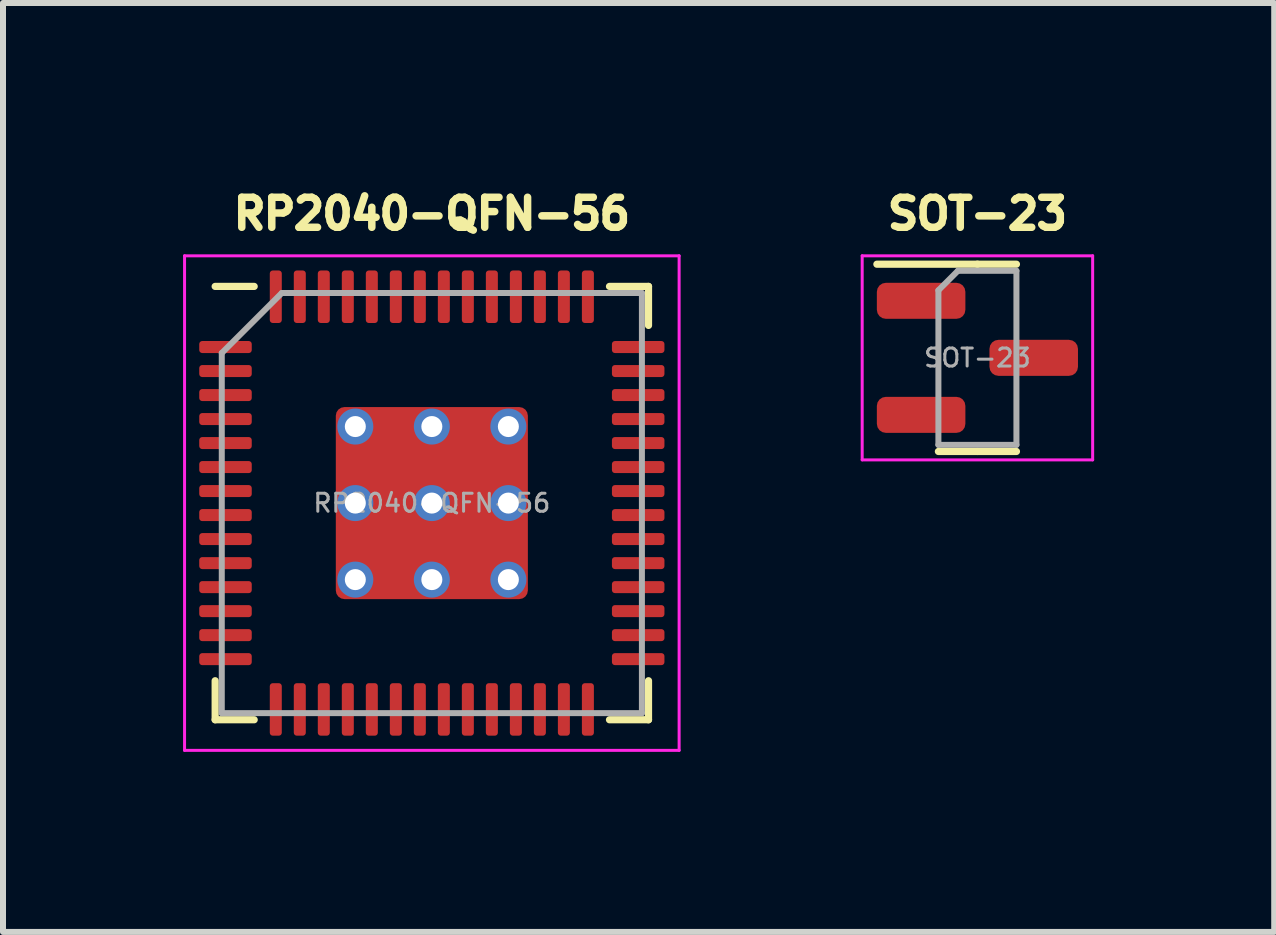
<source format=kicad_pcb>
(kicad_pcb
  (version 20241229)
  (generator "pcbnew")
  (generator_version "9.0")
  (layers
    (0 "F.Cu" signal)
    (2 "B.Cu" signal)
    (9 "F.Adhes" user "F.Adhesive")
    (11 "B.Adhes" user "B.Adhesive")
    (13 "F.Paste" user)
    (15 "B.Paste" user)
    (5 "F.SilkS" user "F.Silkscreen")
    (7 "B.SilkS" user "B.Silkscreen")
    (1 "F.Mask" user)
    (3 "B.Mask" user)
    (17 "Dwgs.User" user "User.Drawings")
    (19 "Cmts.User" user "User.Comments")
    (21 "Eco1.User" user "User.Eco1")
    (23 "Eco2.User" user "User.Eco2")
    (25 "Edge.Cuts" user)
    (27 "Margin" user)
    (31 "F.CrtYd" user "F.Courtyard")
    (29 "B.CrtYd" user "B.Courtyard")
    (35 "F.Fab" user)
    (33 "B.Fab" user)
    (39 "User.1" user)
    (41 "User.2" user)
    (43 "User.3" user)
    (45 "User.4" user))
  (footprint "SOT-23"
    (layer "F.Cu")
    (at 13.235 2.912)
    (property "Reference" "SOT-23" (at 0 -2.4 0) (layer "F.SilkS") (effects (font (size 0.5 0.5) (thickness 1))))
    (attr smd)
    (fp_line (start 0 -1.56) (end -1.675 -1.56) (stroke (width 0.12) (type solid)) (layer "F.SilkS"))
    (fp_line (start 0 -1.56) (end 0.65 -1.56) (stroke (width 0.12) (type solid)) (layer "F.SilkS"))
    (fp_line (start 0 1.56) (end -0.65 1.56) (stroke (width 0.12) (type solid)) (layer "F.SilkS"))
    (fp_line (start 0 1.56) (end 0.65 1.56) (stroke (width 0.12) (type solid)) (layer "F.SilkS"))
    (fp_line (start -1.92 -1.7) (end -1.92 1.7) (stroke (width 0.05) (type solid)) (layer "F.CrtYd"))
    (fp_line (start -1.92 1.7) (end 1.92 1.7) (stroke (width 0.05) (type solid)) (layer "F.CrtYd"))
    (fp_line (start 1.92 -1.7) (end -1.92 -1.7) (stroke (width 0.05) (type solid)) (layer "F.CrtYd"))
    (fp_line (start 1.92 1.7) (end 1.92 -1.7) (stroke (width 0.05) (type solid)) (layer "F.CrtYd"))
    (fp_line (start -0.65 -1.125) (end -0.325 -1.45) (stroke (width 0.1) (type solid)) (layer "F.Fab"))
    (fp_line (start -0.65 1.45) (end -0.65 -1.125) (stroke (width 0.1) (type solid)) (layer "F.Fab"))
    (fp_line (start -0.325 -1.45) (end 0.65 -1.45) (stroke (width 0.1) (type solid)) (layer "F.Fab"))
    (fp_line (start 0.65 -1.45) (end 0.65 1.45) (stroke (width 0.1) (type solid)) (layer "F.Fab"))
    (fp_line (start 0.65 1.45) (end -0.65 1.45) (stroke (width 0.1) (type solid)) (layer "F.Fab"))
    (fp_text user "${REFERENCE}" (at 0 0 0) (layer "F.Fab") (effects (font (size 0.3 0.3) (thickness 0.05))))
    (pad "1" smd roundrect (at -0.938 -0.95) (size 1.475 0.6) (layers "F.Cu" "F.Mask" "F.Paste") (roundrect_rratio 0.25))
    (pad "2" smd roundrect (at -0.938 0.95) (size 1.475 0.6) (layers "F.Cu" "F.Mask" "F.Paste") (roundrect_rratio 0.25))
    (pad "3" smd roundrect (at 0.938 0) (size 1.475 0.6) (layers "F.Cu" "F.Mask" "F.Paste") (roundrect_rratio 0.25)))
  (footprint "RP2040-QFN-56"
    (layer "F.Cu")
    (at 4.145 5.332)
    (property "Reference" "RP2040-QFN-56" (at 0 -4.82 0) (layer "F.SilkS") (effects (font (size 0.5 0.5) (thickness 1))))
    (attr smd)
    (fp_line (start -3.61 3.61) (end -3.61 2.96) (stroke (width 0.12) (type solid)) (layer "F.SilkS"))
    (fp_line (start -2.96 -3.61) (end -3.61 -3.61) (stroke (width 0.12) (type solid)) (layer "F.SilkS"))
    (fp_line (start -2.96 3.61) (end -3.61 3.61) (stroke (width 0.12) (type solid)) (layer "F.SilkS"))
    (fp_line (start 2.96 -3.61) (end 3.61 -3.61) (stroke (width 0.12) (type solid)) (layer "F.SilkS"))
    (fp_line (start 2.96 3.61) (end 3.61 3.61) (stroke (width 0.12) (type solid)) (layer "F.SilkS"))
    (fp_line (start 3.61 -3.61) (end 3.61 -2.96) (stroke (width 0.12) (type solid)) (layer "F.SilkS"))
    (fp_line (start 3.61 3.61) (end 3.61 2.96) (stroke (width 0.12) (type solid)) (layer "F.SilkS"))
    (fp_line (start -4.12 -4.12) (end -4.12 4.12) (stroke (width 0.05) (type solid)) (layer "F.CrtYd"))
    (fp_line (start -4.12 4.12) (end 4.12 4.12) (stroke (width 0.05) (type solid)) (layer "F.CrtYd"))
    (fp_line (start 4.12 -4.12) (end -4.12 -4.12) (stroke (width 0.05) (type solid)) (layer "F.CrtYd"))
    (fp_line (start 4.12 4.12) (end 4.12 -4.12) (stroke (width 0.05) (type solid)) (layer "F.CrtYd"))
    (fp_line (start -3.5 -2.5) (end -2.5 -3.5) (stroke (width 0.1) (type solid)) (layer "F.Fab"))
    (fp_line (start -3.5 3.5) (end -3.5 -2.5) (stroke (width 0.1) (type solid)) (layer "F.Fab"))
    (fp_line (start -2.5 -3.5) (end 3.5 -3.5) (stroke (width 0.1) (type solid)) (layer "F.Fab"))
    (fp_line (start 3.5 -3.5) (end 3.5 3.5) (stroke (width 0.1) (type solid)) (layer "F.Fab"))
    (fp_line (start 3.5 3.5) (end -3.5 3.5) (stroke (width 0.1) (type solid)) (layer "F.Fab"))
    (fp_text user "${REFERENCE}" (at 0 0 0) (layer "F.Fab") (effects (font (size 0.3 0.3) (thickness 0.05))))
    (pad "" smd roundrect (at -0.637 -0.637) (size 1.084 1.084) (layers "F.Paste") (roundrect_rratio 0.231))
    (pad "" smd roundrect (at -0.637 0.637) (size 1.084 1.084) (layers "F.Paste") (roundrect_rratio 0.231))
    (pad "" smd roundrect (at 0.637 -0.637) (size 1.084 1.084) (layers "F.Paste") (roundrect_rratio 0.231))
    (pad "" smd roundrect (at 0.637 0.637) (size 1.084 1.084) (layers "F.Paste") (roundrect_rratio 0.231))
    (pad "1" smd roundrect (at -3.438 -2.6) (size 0.875 0.2) (layers "F.Cu" "F.Mask" "F.Paste") (roundrect_rratio 0.25))
    (pad "2" smd roundrect (at -3.438 -2.2) (size 0.875 0.2) (layers "F.Cu" "F.Mask" "F.Paste") (roundrect_rratio 0.25))
    (pad "3" smd roundrect (at -3.438 -1.8) (size 0.875 0.2) (layers "F.Cu" "F.Mask" "F.Paste") (roundrect_rratio 0.25))
    (pad "4" smd roundrect (at -3.438 -1.4) (size 0.875 0.2) (layers "F.Cu" "F.Mask" "F.Paste") (roundrect_rratio 0.25))
    (pad "5" smd roundrect (at -3.438 -1) (size 0.875 0.2) (layers "F.Cu" "F.Mask" "F.Paste") (roundrect_rratio 0.25))
    (pad "6" smd roundrect (at -3.438 -0.6) (size 0.875 0.2) (layers "F.Cu" "F.Mask" "F.Paste") (roundrect_rratio 0.25))
    (pad "7" smd roundrect (at -3.438 -0.2) (size 0.875 0.2) (layers "F.Cu" "F.Mask" "F.Paste") (roundrect_rratio 0.25))
    (pad "8" smd roundrect (at -3.438 0.2) (size 0.875 0.2) (layers "F.Cu" "F.Mask" "F.Paste") (roundrect_rratio 0.25))
    (pad "9" smd roundrect (at -3.438 0.6) (size 0.875 0.2) (layers "F.Cu" "F.Mask" "F.Paste") (roundrect_rratio 0.25))
    (pad "10" smd roundrect (at -3.438 1) (size 0.875 0.2) (layers "F.Cu" "F.Mask" "F.Paste") (roundrect_rratio 0.25))
    (pad "11" smd roundrect (at -3.438 1.4) (size 0.875 0.2) (layers "F.Cu" "F.Mask" "F.Paste") (roundrect_rratio 0.25))
    (pad "12" smd roundrect (at -3.438 1.8) (size 0.875 0.2) (layers "F.Cu" "F.Mask" "F.Paste") (roundrect_rratio 0.25))
    (pad "13" smd roundrect (at -3.438 2.2) (size 0.875 0.2) (layers "F.Cu" "F.Mask" "F.Paste") (roundrect_rratio 0.25))
    (pad "14" smd roundrect (at -3.438 2.6) (size 0.875 0.2) (layers "F.Cu" "F.Mask" "F.Paste") (roundrect_rratio 0.25))
    (pad "15" smd roundrect (at -2.6 3.438) (size 0.2 0.875) (layers "F.Cu" "F.Mask" "F.Paste") (roundrect_rratio 0.25))
    (pad "16" smd roundrect (at -2.2 3.438) (size 0.2 0.875) (layers "F.Cu" "F.Mask" "F.Paste") (roundrect_rratio 0.25))
    (pad "17" smd roundrect (at -1.8 3.438) (size 0.2 0.875) (layers "F.Cu" "F.Mask" "F.Paste") (roundrect_rratio 0.25))
    (pad "18" smd roundrect (at -1.4 3.438) (size 0.2 0.875) (layers "F.Cu" "F.Mask" "F.Paste") (roundrect_rratio 0.25))
    (pad "19" smd roundrect (at -1 3.438) (size 0.2 0.875) (layers "F.Cu" "F.Mask" "F.Paste") (roundrect_rratio 0.25))
    (pad "20" smd roundrect (at -0.6 3.438) (size 0.2 0.875) (layers "F.Cu" "F.Mask" "F.Paste") (roundrect_rratio 0.25))
    (pad "21" smd roundrect (at -0.2 3.438) (size 0.2 0.875) (layers "F.Cu" "F.Mask" "F.Paste") (roundrect_rratio 0.25))
    (pad "22" smd roundrect (at 0.2 3.438) (size 0.2 0.875) (layers "F.Cu" "F.Mask" "F.Paste") (roundrect_rratio 0.25))
    (pad "23" smd roundrect (at 0.6 3.438) (size 0.2 0.875) (layers "F.Cu" "F.Mask" "F.Paste") (roundrect_rratio 0.25))
    (pad "24" smd roundrect (at 1 3.438) (size 0.2 0.875) (layers "F.Cu" "F.Mask" "F.Paste") (roundrect_rratio 0.25))
    (pad "25" smd roundrect (at 1.4 3.438) (size 0.2 0.875) (layers "F.Cu" "F.Mask" "F.Paste") (roundrect_rratio 0.25))
    (pad "26" smd roundrect (at 1.8 3.438) (size 0.2 0.875) (layers "F.Cu" "F.Mask" "F.Paste") (roundrect_rratio 0.25))
    (pad "27" smd roundrect (at 2.2 3.438) (size 0.2 0.875) (layers "F.Cu" "F.Mask" "F.Paste") (roundrect_rratio 0.25))
    (pad "28" smd roundrect (at 2.6 3.438) (size 0.2 0.875) (layers "F.Cu" "F.Mask" "F.Paste") (roundrect_rratio 0.25))
    (pad "29" smd roundrect (at 3.438 2.6) (size 0.875 0.2) (layers "F.Cu" "F.Mask" "F.Paste") (roundrect_rratio 0.25))
    (pad "30" smd roundrect (at 3.438 2.2) (size 0.875 0.2) (layers "F.Cu" "F.Mask" "F.Paste") (roundrect_rratio 0.25))
    (pad "31" smd roundrect (at 3.438 1.8) (size 0.875 0.2) (layers "F.Cu" "F.Mask" "F.Paste") (roundrect_rratio 0.25))
    (pad "32" smd roundrect (at 3.438 1.4) (size 0.875 0.2) (layers "F.Cu" "F.Mask" "F.Paste") (roundrect_rratio 0.25))
    (pad "33" smd roundrect (at 3.438 1) (size 0.875 0.2) (layers "F.Cu" "F.Mask" "F.Paste") (roundrect_rratio 0.25))
    (pad "34" smd roundrect (at 3.438 0.6) (size 0.875 0.2) (layers "F.Cu" "F.Mask" "F.Paste") (roundrect_rratio 0.25))
    (pad "35" smd roundrect (at 3.438 0.2) (size 0.875 0.2) (layers "F.Cu" "F.Mask" "F.Paste") (roundrect_rratio 0.25))
    (pad "36" smd roundrect (at 3.438 -0.2) (size 0.875 0.2) (layers "F.Cu" "F.Mask" "F.Paste") (roundrect_rratio 0.25))
    (pad "37" smd roundrect (at 3.438 -0.6) (size 0.875 0.2) (layers "F.Cu" "F.Mask" "F.Paste") (roundrect_rratio 0.25))
    (pad "38" smd roundrect (at 3.438 -1) (size 0.875 0.2) (layers "F.Cu" "F.Mask" "F.Paste") (roundrect_rratio 0.25))
    (pad "39" smd roundrect (at 3.438 -1.4) (size 0.875 0.2) (layers "F.Cu" "F.Mask" "F.Paste") (roundrect_rratio 0.25))
    (pad "40" smd roundrect (at 3.438 -1.8) (size 0.875 0.2) (layers "F.Cu" "F.Mask" "F.Paste") (roundrect_rratio 0.25))
    (pad "41" smd roundrect (at 3.438 -2.2) (size 0.875 0.2) (layers "F.Cu" "F.Mask" "F.Paste") (roundrect_rratio 0.25))
    (pad "42" smd roundrect (at 3.438 -2.6) (size 0.875 0.2) (layers "F.Cu" "F.Mask" "F.Paste") (roundrect_rratio 0.25))
    (pad "43" smd roundrect (at 2.6 -3.438) (size 0.2 0.875) (layers "F.Cu" "F.Mask" "F.Paste") (roundrect_rratio 0.25))
    (pad "44" smd roundrect (at 2.2 -3.438) (size 0.2 0.875) (layers "F.Cu" "F.Mask" "F.Paste") (roundrect_rratio 0.25))
    (pad "45" smd roundrect (at 1.8 -3.438) (size 0.2 0.875) (layers "F.Cu" "F.Mask" "F.Paste") (roundrect_rratio 0.25))
    (pad "46" smd roundrect (at 1.4 -3.438) (size 0.2 0.875) (layers "F.Cu" "F.Mask" "F.Paste") (roundrect_rratio 0.25))
    (pad "47" smd roundrect (at 1 -3.438) (size 0.2 0.875) (layers "F.Cu" "F.Mask" "F.Paste") (roundrect_rratio 0.25))
    (pad "48" smd roundrect (at 0.6 -3.438) (size 0.2 0.875) (layers "F.Cu" "F.Mask" "F.Paste") (roundrect_rratio 0.25))
    (pad "49" smd roundrect (at 0.2 -3.438) (size 0.2 0.875) (layers "F.Cu" "F.Mask" "F.Paste") (roundrect_rratio 0.25))
    (pad "50" smd roundrect (at -0.2 -3.438) (size 0.2 0.875) (layers "F.Cu" "F.Mask" "F.Paste") (roundrect_rratio 0.25))
    (pad "51" smd roundrect (at -0.6 -3.438) (size 0.2 0.875) (layers "F.Cu" "F.Mask" "F.Paste") (roundrect_rratio 0.25))
    (pad "52" smd roundrect (at -1 -3.438) (size 0.2 0.875) (layers "F.Cu" "F.Mask" "F.Paste") (roundrect_rratio 0.25))
    (pad "53" smd roundrect (at -1.4 -3.438) (size 0.2 0.875) (layers "F.Cu" "F.Mask" "F.Paste") (roundrect_rratio 0.25))
    (pad "54" smd roundrect (at -1.8 -3.438) (size 0.2 0.875) (layers "F.Cu" "F.Mask" "F.Paste") (roundrect_rratio 0.25))
    (pad "55" smd roundrect (at -2.2 -3.438) (size 0.2 0.875) (layers "F.Cu" "F.Mask" "F.Paste") (roundrect_rratio 0.25))
    (pad "56" smd roundrect (at -2.6 -3.438) (size 0.2 0.875) (layers "F.Cu" "F.Mask" "F.Paste") (roundrect_rratio 0.25))
    (pad "57" thru_hole circle (at -1.275 -1.275) (size 0.6 0.6) (drill 0.35) (layers "*.Cu"))
    (pad "57" thru_hole circle (at -1.275 0) (size 0.6 0.6) (drill 0.35) (layers "*.Cu"))
    (pad "57" thru_hole circle (at -1.275 1.275) (size 0.6 0.6) (drill 0.35) (layers "*.Cu"))
    (pad "57" thru_hole circle (at 0 -1.275) (size 0.6 0.6) (drill 0.35) (layers "*.Cu"))
    (pad "57" thru_hole circle (at 0 0) (size 0.6 0.6) (drill 0.35) (layers "*.Cu"))
    (pad "57" smd roundrect (at 0 0) (size 3.2 3.2) (layers "F.Cu" "F.Mask") (roundrect_rratio 0.045))
    (pad "57" thru_hole circle (at 0 1.275) (size 0.6 0.6) (drill 0.35) (layers "*.Cu"))
    (pad "57" thru_hole circle (at 1.275 -1.275) (size 0.6 0.6) (drill 0.35) (layers "*.Cu"))
    (pad "57" thru_hole circle (at 1.275 0) (size 0.6 0.6) (drill 0.35) (layers "*.Cu"))
    (pad "57" thru_hole circle (at 1.275 1.275) (size 0.6 0.6) (drill 0.35) (layers "*.Cu")))
  (gr_rect
    (start -3 -3)
    (end 18.18 12.477)
    (stroke (width 0.1) (type default))
    (fill no)
    (layer "Edge.Cuts")))
</source>
